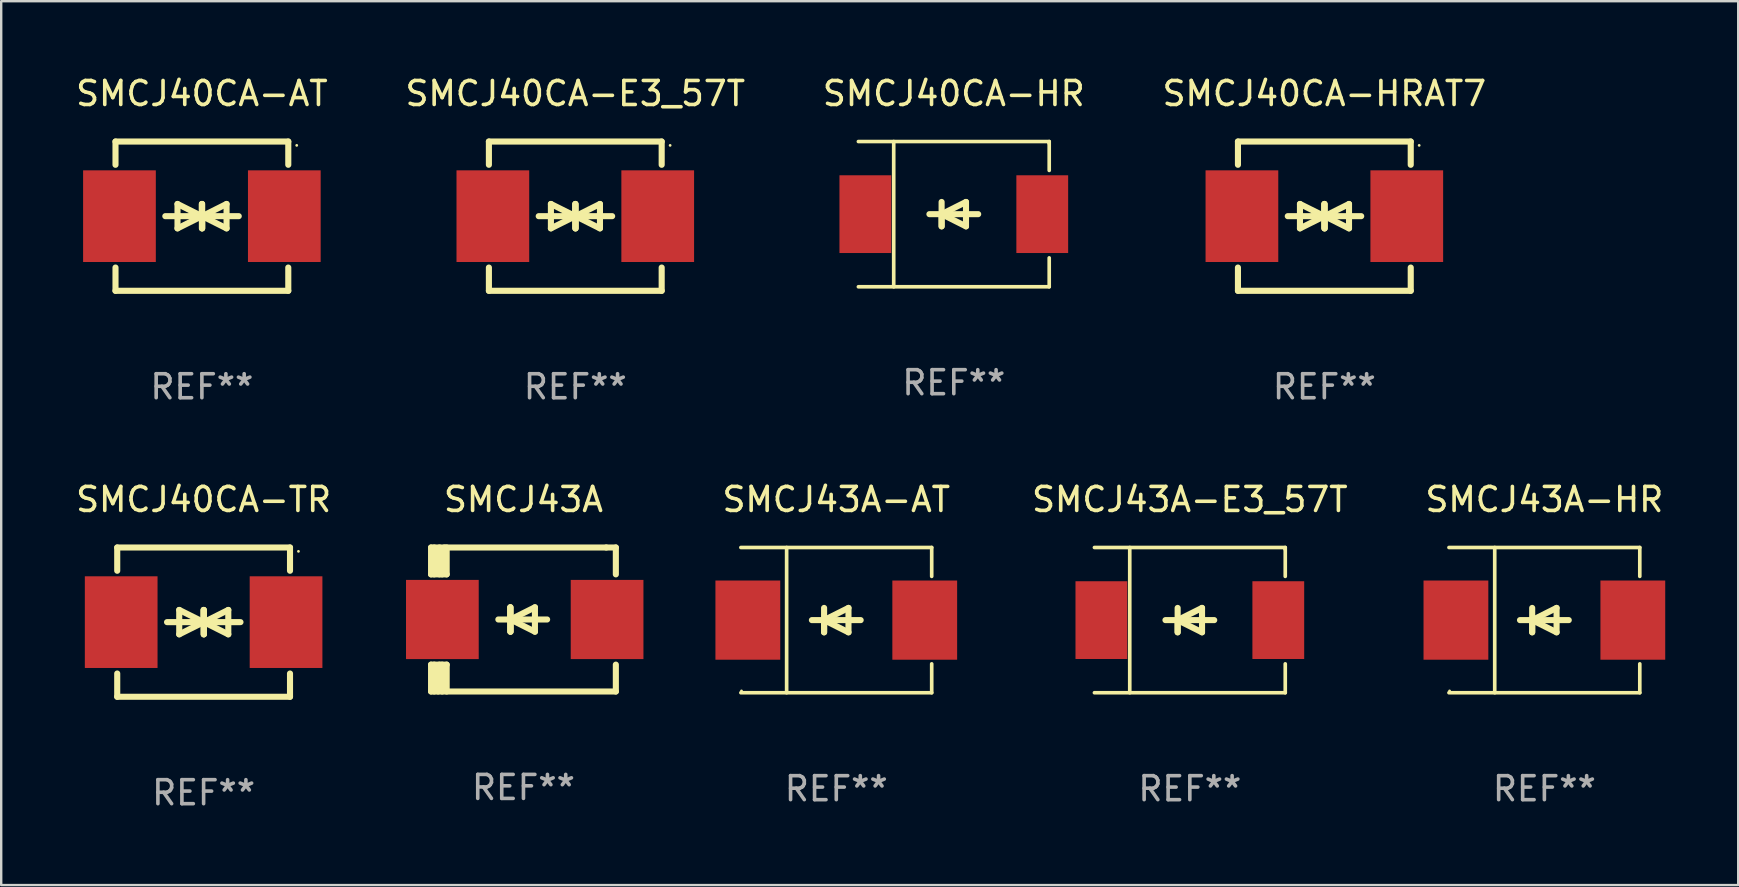
<source format=kicad_pcb>
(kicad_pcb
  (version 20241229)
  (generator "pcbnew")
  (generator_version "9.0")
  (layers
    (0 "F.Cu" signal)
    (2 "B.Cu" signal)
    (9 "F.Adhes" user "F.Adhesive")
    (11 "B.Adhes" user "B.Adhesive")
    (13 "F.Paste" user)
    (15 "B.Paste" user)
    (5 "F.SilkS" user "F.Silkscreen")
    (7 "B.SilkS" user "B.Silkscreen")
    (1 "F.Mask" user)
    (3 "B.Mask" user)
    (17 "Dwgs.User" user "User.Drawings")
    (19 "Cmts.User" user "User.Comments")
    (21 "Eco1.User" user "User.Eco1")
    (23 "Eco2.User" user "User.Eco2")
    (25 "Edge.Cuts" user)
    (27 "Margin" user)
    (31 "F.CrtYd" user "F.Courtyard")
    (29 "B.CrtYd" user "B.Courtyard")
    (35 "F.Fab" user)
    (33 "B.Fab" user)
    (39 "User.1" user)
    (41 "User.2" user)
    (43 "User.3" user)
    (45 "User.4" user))
  (footprint "SMCJ43A-AT"
    (layer "F.Cu")
    (at 31.799 22.791)
    (property "Reference" "SMCJ43A-AT" (at 0 -5.026 0) (layer "F.SilkS") (effects (font (size 1 1) (thickness 0.15))))
    (attr through_hole)
    (fp_line (start -3.976 -3.026) (end 3.976 -3.026) (stroke (width 0.152) (type solid)) (layer "F.SilkS"))
    (fp_line (start -3.976 3.026) (end 3.976 3.026) (stroke (width 0.152) (type solid)) (layer "F.SilkS"))
    (fp_line (start -2.069 -3.026) (end -2.069 3.026) (stroke (width 0.152) (type solid)) (layer "F.SilkS"))
    (fp_line (start -0.508 0) (end -0.508 0.508) (stroke (width 0.254) (type solid)) (layer "F.SilkS"))
    (fp_line (start -0.508 0) (end 0.508 0.508) (stroke (width 0.254) (type solid)) (layer "F.SilkS"))
    (fp_line (start -0.508 0.508) (end -0.508 -0.508) (stroke (width 0.254) (type solid)) (layer "F.SilkS"))
    (fp_line (start 0.508 -0.508) (end -0.508 0) (stroke (width 0.254) (type solid)) (layer "F.SilkS"))
    (fp_line (start 0.508 0.508) (end 0.508 -0.508) (stroke (width 0.254) (type solid)) (layer "F.SilkS"))
    (fp_line (start 1.016 0) (end -1.016 0) (stroke (width 0.254) (type solid)) (layer "F.SilkS"))
    (fp_line (start 3.976 -3.026) (end 3.976 -1.823) (stroke (width 0.152) (type solid)) (layer "F.SilkS"))
    (fp_line (start 3.976 3.026) (end 3.976 1.823) (stroke (width 0.152) (type solid)) (layer "F.SilkS"))
    (fp_circle (center -3.95 2.95) (end -3.92 2.95) (stroke (width 0.06) (type solid)) (fill no) (layer "F.SilkS"))
    (fp_text user "REF**" (at 0 7.026 0) (layer "F.Fab") (effects (font (size 1 1) (thickness 0.15))))
    (pad "1" smd rect (at -3.686 0) (size 2.7 3.3) (layers "F.Cu" "F.Mask" "F.Paste"))
    (pad "2" smd rect (at 3.686 0) (size 2.7 3.3) (layers "F.Cu" "F.Mask" "F.Paste")))
  (footprint "SMCJ43A"
    (layer "F.Cu")
    (at 18.763 22.765)
    (property "Reference" "SMCJ43A" (at 0 -5 0) (layer "F.SilkS") (effects (font (size 1 1) (thickness 0.15))))
    (attr through_hole)
    (fp_line (start -3.85 -1.881) (end -3.85 -3) (stroke (width 0.254) (type solid)) (layer "F.SilkS"))
    (fp_line (start -3.85 1.881) (end -3.2 1.881) (stroke (width 0.254) (type solid)) (layer "F.SilkS"))
    (fp_line (start -3.85 3) (end -3.85 1.881) (stroke (width 0.254) (type solid)) (layer "F.SilkS"))
    (fp_line (start -3.719 -1.881) (end -3.719 -3) (stroke (width 0.254) (type solid)) (layer "F.SilkS"))
    (fp_line (start -3.719 3) (end -3.719 1.881) (stroke (width 0.254) (type solid)) (layer "F.SilkS"))
    (fp_line (start -3.5 -3) (end -3.5 -1.881) (stroke (width 0.254) (type solid)) (layer "F.SilkS"))
    (fp_line (start -3.5 1.881) (end -3.5 2.944) (stroke (width 0.254) (type solid)) (layer "F.SilkS"))
    (fp_line (start -3.5 2.944) (end -3.556 3) (stroke (width 0.254) (type solid)) (layer "F.SilkS"))
    (fp_line (start -3.388 -2.906) (end -3.295 -3) (stroke (width 0.254) (type solid)) (layer "F.SilkS"))
    (fp_line (start -3.388 -1.881) (end -3.388 -2.906) (stroke (width 0.254) (type solid)) (layer "F.SilkS"))
    (fp_line (start -3.388 3) (end -3.388 1.881) (stroke (width 0.254) (type solid)) (layer "F.SilkS"))
    (fp_line (start -3.2 -3) (end -3.2 -1.881) (stroke (width 0.254) (type solid)) (layer "F.SilkS"))
    (fp_line (start -3.2 -1.881) (end -3.85 -1.881) (stroke (width 0.254) (type solid)) (layer "F.SilkS"))
    (fp_line (start -3.2 1.881) (end -3.2 3) (stroke (width 0.254) (type solid)) (layer "F.SilkS"))
    (fp_line (start -0.55 -0.508) (end -0.55 0.508) (stroke (width 0.254) (type solid)) (layer "F.SilkS"))
    (fp_line (start -0.55 0) (end -0.55 -0.508) (stroke (width 0.254) (type solid)) (layer "F.SilkS"))
    (fp_line (start -0.538 0) (end -0.538 0.508) (stroke (width 0.254) (type solid)) (layer "F.SilkS"))
    (fp_line (start -0.538 0) (end 0.478 0.508) (stroke (width 0.254) (type solid)) (layer "F.SilkS"))
    (fp_line (start -0.538 0.508) (end -0.538 -0.508) (stroke (width 0.254) (type solid)) (layer "F.SilkS"))
    (fp_line (start 0.478 -0.508) (end -0.538 0) (stroke (width 0.254) (type solid)) (layer "F.SilkS"))
    (fp_line (start 0.478 0.508) (end 0.478 -0.508) (stroke (width 0.254) (type solid)) (layer "F.SilkS"))
    (fp_line (start 0.986 0) (end -1.046 0) (stroke (width 0.254) (type solid)) (layer "F.SilkS"))
    (fp_line (start 3.45 -3) (end -3.85 -3) (stroke (width 0.254) (type solid)) (layer "F.SilkS"))
    (fp_line (start 3.45 -3) (end 3.85 -3) (stroke (width 0.254) (type solid)) (layer "F.SilkS"))
    (fp_line (start 3.85 -3) (end 3.85 -1.881) (stroke (width 0.254) (type solid)) (layer "F.SilkS"))
    (fp_line (start 3.85 1.881) (end 3.85 3) (stroke (width 0.254) (type solid)) (layer "F.SilkS"))
    (fp_line (start 3.85 3) (end -3.85 3) (stroke (width 0.254) (type solid)) (layer "F.SilkS"))
    (fp_circle (center -3.847 2.95) (end -3.817 2.95) (stroke (width 0.06) (type solid)) (fill no) (layer "F.SilkS"))
    (fp_text user "REF**" (at 0 7 0) (layer "F.Fab") (effects (font (size 1 1) (thickness 0.15))))
    (pad "1" smd rect (at -3.379 0) (size 3.03 3.3) (layers "F.Cu" "F.Mask" "F.Paste"))
    (pad "2" smd rect (at 3.485 0) (size 3.03 3.3) (layers "F.Cu" "F.Mask" "F.Paste")))
  (footprint "SMCJ40CA-HRAT7"
    (layer "F.Cu")
    (at 52.137 5.958)
    (property "Reference" "SMCJ40CA-HRAT7" (at 0 -5.11 0) (layer "F.SilkS") (effects (font (size 1 1) (thickness 0.15))))
    (attr through_hole)
    (fp_line (start -3.6 -2.141) (end -3.6 -3.11) (stroke (width 0.254) (type solid)) (layer "F.SilkS"))
    (fp_line (start -3.6 3.11) (end -3.6 2.141) (stroke (width 0.254) (type solid)) (layer "F.SilkS"))
    (fp_line (start -1.524 0) (end 0.508 0) (stroke (width 0.254) (type solid)) (layer "F.SilkS"))
    (fp_line (start -1.016 -0.508) (end -1.016 0.508) (stroke (width 0.254) (type solid)) (layer "F.SilkS"))
    (fp_line (start -1.016 0.508) (end 0 0) (stroke (width 0.254) (type solid)) (layer "F.SilkS"))
    (fp_line (start 0 -0.508) (end 0 0.508) (stroke (width 0.254) (type solid)) (layer "F.SilkS"))
    (fp_line (start 0 0) (end -1.016 -0.508) (stroke (width 0.254) (type solid)) (layer "F.SilkS"))
    (fp_line (start 0 0) (end 0 -0.508) (stroke (width 0.254) (type solid)) (layer "F.SilkS"))
    (fp_line (start 0.012 0) (end 0.012 0.508) (stroke (width 0.254) (type solid)) (layer "F.SilkS"))
    (fp_line (start 0.012 0) (end 1.028 0.508) (stroke (width 0.254) (type solid)) (layer "F.SilkS"))
    (fp_line (start 0.012 0.508) (end 0.012 -0.508) (stroke (width 0.254) (type solid)) (layer "F.SilkS"))
    (fp_line (start 1.028 -0.508) (end 0.012 0) (stroke (width 0.254) (type solid)) (layer "F.SilkS"))
    (fp_line (start 1.028 0.508) (end 1.028 -0.508) (stroke (width 0.254) (type solid)) (layer "F.SilkS"))
    (fp_line (start 1.536 0) (end -0.496 0) (stroke (width 0.254) (type solid)) (layer "F.SilkS"))
    (fp_line (start 3.6 -3.11) (end -3.6 -3.11) (stroke (width 0.254) (type solid)) (layer "F.SilkS"))
    (fp_line (start 3.6 -2.141) (end 3.6 -3.11) (stroke (width 0.254) (type solid)) (layer "F.SilkS"))
    (fp_line (start 3.6 3.11) (end -3.6 3.11) (stroke (width 0.254) (type solid)) (layer "F.SilkS"))
    (fp_line (start 3.6 3.11) (end 3.6 2.141) (stroke (width 0.254) (type solid)) (layer "F.SilkS"))
    (fp_circle (center 3.952 -2.95) (end 3.982 -2.95) (stroke (width 0.06) (type solid)) (fill no) (layer "F.SilkS"))
    (fp_text user "REF**" (at 0 7.11 0) (layer "F.Fab") (effects (font (size 1 1) (thickness 0.15))))
    (pad "1" smd rect (at 3.435 0) (size 3.03 3.82) (layers "F.Cu" "F.Mask" "F.Paste"))
    (pad "2" smd rect (at -3.435 0) (size 3.03 3.82) (layers "F.Cu" "F.Mask" "F.Paste")))
  (footprint "SMCJ40CA-E3_57T"
    (layer "F.Cu")
    (at 20.923 5.958)
    (property "Reference" "SMCJ40CA-E3_57T" (at 0 -5.11 0) (layer "F.SilkS") (effects (font (size 1 1) (thickness 0.15))))
    (attr through_hole)
    (fp_line (start -3.6 -2.141) (end -3.6 -3.11) (stroke (width 0.254) (type solid)) (layer "F.SilkS"))
    (fp_line (start -3.6 3.11) (end -3.6 2.141) (stroke (width 0.254) (type solid)) (layer "F.SilkS"))
    (fp_line (start -1.524 0) (end 0.508 0) (stroke (width 0.254) (type solid)) (layer "F.SilkS"))
    (fp_line (start -1.016 -0.508) (end -1.016 0.508) (stroke (width 0.254) (type solid)) (layer "F.SilkS"))
    (fp_line (start -1.016 0.508) (end 0 0) (stroke (width 0.254) (type solid)) (layer "F.SilkS"))
    (fp_line (start 0 -0.508) (end 0 0.508) (stroke (width 0.254) (type solid)) (layer "F.SilkS"))
    (fp_line (start 0 0) (end -1.016 -0.508) (stroke (width 0.254) (type solid)) (layer "F.SilkS"))
    (fp_line (start 0 0) (end 0 -0.508) (stroke (width 0.254) (type solid)) (layer "F.SilkS"))
    (fp_line (start 0.012 0) (end 0.012 0.508) (stroke (width 0.254) (type solid)) (layer "F.SilkS"))
    (fp_line (start 0.012 0) (end 1.028 0.508) (stroke (width 0.254) (type solid)) (layer "F.SilkS"))
    (fp_line (start 0.012 0.508) (end 0.012 -0.508) (stroke (width 0.254) (type solid)) (layer "F.SilkS"))
    (fp_line (start 1.028 -0.508) (end 0.012 0) (stroke (width 0.254) (type solid)) (layer "F.SilkS"))
    (fp_line (start 1.028 0.508) (end 1.028 -0.508) (stroke (width 0.254) (type solid)) (layer "F.SilkS"))
    (fp_line (start 1.536 0) (end -0.496 0) (stroke (width 0.254) (type solid)) (layer "F.SilkS"))
    (fp_line (start 3.6 -3.11) (end -3.6 -3.11) (stroke (width 0.254) (type solid)) (layer "F.SilkS"))
    (fp_line (start 3.6 -2.141) (end 3.6 -3.11) (stroke (width 0.254) (type solid)) (layer "F.SilkS"))
    (fp_line (start 3.6 3.11) (end -3.6 3.11) (stroke (width 0.254) (type solid)) (layer "F.SilkS"))
    (fp_line (start 3.6 3.11) (end 3.6 2.141) (stroke (width 0.254) (type solid)) (layer "F.SilkS"))
    (fp_circle (center 3.952 -2.95) (end 3.982 -2.95) (stroke (width 0.06) (type solid)) (fill no) (layer "F.SilkS"))
    (fp_text user "REF**" (at 0 7.11 0) (layer "F.Fab") (effects (font (size 1 1) (thickness 0.15))))
    (pad "1" smd rect (at 3.435 0) (size 3.03 3.82) (layers "F.Cu" "F.Mask" "F.Paste"))
    (pad "2" smd rect (at -3.435 0) (size 3.03 3.82) (layers "F.Cu" "F.Mask" "F.Paste")))
  (footprint "SMCJ40CA-AT"
    (layer "F.Cu")
    (at 5.363 5.958)
    (property "Reference" "SMCJ40CA-AT" (at 0 -5.11 0) (layer "F.SilkS") (effects (font (size 1 1) (thickness 0.15))))
    (attr through_hole)
    (fp_line (start -3.6 -2.141) (end -3.6 -3.11) (stroke (width 0.254) (type solid)) (layer "F.SilkS"))
    (fp_line (start -3.6 3.11) (end -3.6 2.141) (stroke (width 0.254) (type solid)) (layer "F.SilkS"))
    (fp_line (start -1.524 0) (end 0.508 0) (stroke (width 0.254) (type solid)) (layer "F.SilkS"))
    (fp_line (start -1.016 -0.508) (end -1.016 0.508) (stroke (width 0.254) (type solid)) (layer "F.SilkS"))
    (fp_line (start -1.016 0.508) (end 0 0) (stroke (width 0.254) (type solid)) (layer "F.SilkS"))
    (fp_line (start 0 -0.508) (end 0 0.508) (stroke (width 0.254) (type solid)) (layer "F.SilkS"))
    (fp_line (start 0 0) (end -1.016 -0.508) (stroke (width 0.254) (type solid)) (layer "F.SilkS"))
    (fp_line (start 0 0) (end 0 -0.508) (stroke (width 0.254) (type solid)) (layer "F.SilkS"))
    (fp_line (start 0.012 0) (end 0.012 0.508) (stroke (width 0.254) (type solid)) (layer "F.SilkS"))
    (fp_line (start 0.012 0) (end 1.028 0.508) (stroke (width 0.254) (type solid)) (layer "F.SilkS"))
    (fp_line (start 0.012 0.508) (end 0.012 -0.508) (stroke (width 0.254) (type solid)) (layer "F.SilkS"))
    (fp_line (start 1.028 -0.508) (end 0.012 0) (stroke (width 0.254) (type solid)) (layer "F.SilkS"))
    (fp_line (start 1.028 0.508) (end 1.028 -0.508) (stroke (width 0.254) (type solid)) (layer "F.SilkS"))
    (fp_line (start 1.536 0) (end -0.496 0) (stroke (width 0.254) (type solid)) (layer "F.SilkS"))
    (fp_line (start 3.6 -3.11) (end -3.6 -3.11) (stroke (width 0.254) (type solid)) (layer "F.SilkS"))
    (fp_line (start 3.6 -2.141) (end 3.6 -3.11) (stroke (width 0.254) (type solid)) (layer "F.SilkS"))
    (fp_line (start 3.6 3.11) (end -3.6 3.11) (stroke (width 0.254) (type solid)) (layer "F.SilkS"))
    (fp_line (start 3.6 3.11) (end 3.6 2.141) (stroke (width 0.254) (type solid)) (layer "F.SilkS"))
    (fp_circle (center 3.952 -2.95) (end 3.982 -2.95) (stroke (width 0.06) (type solid)) (fill no) (layer "F.SilkS"))
    (fp_text user "REF**" (at 0 7.11 0) (layer "F.Fab") (effects (font (size 1 1) (thickness 0.15))))
    (pad "1" smd rect (at 3.435 0) (size 3.03 3.82) (layers "F.Cu" "F.Mask" "F.Paste"))
    (pad "2" smd rect (at -3.435 0) (size 3.03 3.82) (layers "F.Cu" "F.Mask" "F.Paste")))
  (footprint "SMCJ40CA-HR"
    (layer "F.Cu")
    (at 36.696 5.874)
    (property "Reference" "SMCJ40CA-HR" (at 0 -5.026 0) (layer "F.SilkS") (effects (font (size 1 1) (thickness 0.15))))
    (attr through_hole)
    (fp_line (start -3.976 -3.026) (end 3.976 -3.026) (stroke (width 0.152) (type solid)) (layer "F.SilkS"))
    (fp_line (start -3.976 3.026) (end 3.976 3.026) (stroke (width 0.152) (type solid)) (layer "F.SilkS"))
    (fp_line (start -2.504 -3.026) (end -2.504 3.026) (stroke (width 0.152) (type solid)) (layer "F.SilkS"))
    (fp_line (start -0.508 0) (end -0.508 0.508) (stroke (width 0.254) (type solid)) (layer "F.SilkS"))
    (fp_line (start -0.508 0) (end 0.508 0.508) (stroke (width 0.254) (type solid)) (layer "F.SilkS"))
    (fp_line (start -0.508 0.508) (end -0.508 -0.508) (stroke (width 0.254) (type solid)) (layer "F.SilkS"))
    (fp_line (start 0.508 -0.508) (end -0.508 0) (stroke (width 0.254) (type solid)) (layer "F.SilkS"))
    (fp_line (start 0.508 0.508) (end 0.508 -0.508) (stroke (width 0.254) (type solid)) (layer "F.SilkS"))
    (fp_line (start 1.016 0) (end -1.016 0) (stroke (width 0.254) (type solid)) (layer "F.SilkS"))
    (fp_line (start 3.976 -3.026) (end 3.976 -1.823) (stroke (width 0.152) (type solid)) (layer "F.SilkS"))
    (fp_line (start 3.976 3.026) (end 3.976 1.823) (stroke (width 0.152) (type solid)) (layer "F.SilkS"))
    (fp_circle (center 3.95 -2.95) (end 3.98 -2.95) (stroke (width 0.06) (type solid)) (fill no) (layer "F.SilkS"))
    (fp_text user "REF**" (at 0 7.026 0) (layer "F.Fab") (effects (font (size 1 1) (thickness 0.15))))
    (pad "1" smd rect (at 3.686 0 180) (size 2.158 3.24) (layers "F.Cu" "F.Mask" "F.Paste"))
    (pad "2" smd rect (at -3.686 0 180) (size 2.158 3.24) (layers "F.Cu" "F.Mask" "F.Paste")))
  (footprint "SMCJ43A-E3_57T"
    (layer "F.Cu")
    (at 46.532 22.791)
    (property "Reference" "SMCJ43A-E3_57T" (at 0 -5.026 0) (layer "F.SilkS") (effects (font (size 1 1) (thickness 0.15))))
    (attr through_hole)
    (fp_line (start -3.976 -3.026) (end 3.976 -3.026) (stroke (width 0.152) (type solid)) (layer "F.SilkS"))
    (fp_line (start -3.976 3.026) (end 3.976 3.026) (stroke (width 0.152) (type solid)) (layer "F.SilkS"))
    (fp_line (start -2.504 -3.026) (end -2.504 3.026) (stroke (width 0.152) (type solid)) (layer "F.SilkS"))
    (fp_line (start -0.508 0) (end -0.508 0.508) (stroke (width 0.254) (type solid)) (layer "F.SilkS"))
    (fp_line (start -0.508 0) (end 0.508 0.508) (stroke (width 0.254) (type solid)) (layer "F.SilkS"))
    (fp_line (start -0.508 0.508) (end -0.508 -0.508) (stroke (width 0.254) (type solid)) (layer "F.SilkS"))
    (fp_line (start 0.508 -0.508) (end -0.508 0) (stroke (width 0.254) (type solid)) (layer "F.SilkS"))
    (fp_line (start 0.508 0.508) (end 0.508 -0.508) (stroke (width 0.254) (type solid)) (layer "F.SilkS"))
    (fp_line (start 1.016 0) (end -1.016 0) (stroke (width 0.254) (type solid)) (layer "F.SilkS"))
    (fp_line (start 3.976 -3.026) (end 3.976 -1.823) (stroke (width 0.152) (type solid)) (layer "F.SilkS"))
    (fp_line (start 3.976 3.026) (end 3.976 1.823) (stroke (width 0.152) (type solid)) (layer "F.SilkS"))
    (fp_circle (center 3.95 -2.95) (end 3.98 -2.95) (stroke (width 0.06) (type solid)) (fill no) (layer "F.SilkS"))
    (fp_text user "REF**" (at 0 7.026 0) (layer "F.Fab") (effects (font (size 1 1) (thickness 0.15))))
    (pad "1" smd rect (at 3.686 0 180) (size 2.158 3.24) (layers "F.Cu" "F.Mask" "F.Paste"))
    (pad "2" smd rect (at -3.686 0 180) (size 2.158 3.24) (layers "F.Cu" "F.Mask" "F.Paste")))
  (footprint "SMCJ43A-HR"
    (layer "F.Cu")
    (at 61.306 22.791)
    (property "Reference" "SMCJ43A-HR" (at 0 -5.026 0) (layer "F.SilkS") (effects (font (size 1 1) (thickness 0.15))))
    (attr through_hole)
    (fp_line (start -3.976 -3.026) (end 3.976 -3.026) (stroke (width 0.152) (type solid)) (layer "F.SilkS"))
    (fp_line (start -3.976 3.026) (end 3.976 3.026) (stroke (width 0.152) (type solid)) (layer "F.SilkS"))
    (fp_line (start -2.069 -3.026) (end -2.069 3.026) (stroke (width 0.152) (type solid)) (layer "F.SilkS"))
    (fp_line (start -0.508 0) (end -0.508 0.508) (stroke (width 0.254) (type solid)) (layer "F.SilkS"))
    (fp_line (start -0.508 0) (end 0.508 0.508) (stroke (width 0.254) (type solid)) (layer "F.SilkS"))
    (fp_line (start -0.508 0.508) (end -0.508 -0.508) (stroke (width 0.254) (type solid)) (layer "F.SilkS"))
    (fp_line (start 0.508 -0.508) (end -0.508 0) (stroke (width 0.254) (type solid)) (layer "F.SilkS"))
    (fp_line (start 0.508 0.508) (end 0.508 -0.508) (stroke (width 0.254) (type solid)) (layer "F.SilkS"))
    (fp_line (start 1.016 0) (end -1.016 0) (stroke (width 0.254) (type solid)) (layer "F.SilkS"))
    (fp_line (start 3.976 -3.026) (end 3.976 -1.823) (stroke (width 0.152) (type solid)) (layer "F.SilkS"))
    (fp_line (start 3.976 3.026) (end 3.976 1.823) (stroke (width 0.152) (type solid)) (layer "F.SilkS"))
    (fp_circle (center -3.95 2.95) (end -3.92 2.95) (stroke (width 0.06) (type solid)) (fill no) (layer "F.SilkS"))
    (fp_text user "REF**" (at 0 7.026 0) (layer "F.Fab") (effects (font (size 1 1) (thickness 0.15))))
    (pad "1" smd rect (at -3.686 0) (size 2.7 3.3) (layers "F.Cu" "F.Mask" "F.Paste"))
    (pad "2" smd rect (at 3.686 0) (size 2.7 3.3) (layers "F.Cu" "F.Mask" "F.Paste")))
  (footprint "SMCJ40CA-TR"
    (layer "F.Cu")
    (at 5.435 22.875)
    (property "Reference" "SMCJ40CA-TR" (at 0 -5.11 0) (layer "F.SilkS") (effects (font (size 1 1) (thickness 0.15))))
    (attr through_hole)
    (fp_line (start -3.6 -2.141) (end -3.6 -3.11) (stroke (width 0.254) (type solid)) (layer "F.SilkS"))
    (fp_line (start -3.6 3.11) (end -3.6 2.141) (stroke (width 0.254) (type solid)) (layer "F.SilkS"))
    (fp_line (start -1.524 0) (end 0.508 0) (stroke (width 0.254) (type solid)) (layer "F.SilkS"))
    (fp_line (start -1.016 -0.508) (end -1.016 0.508) (stroke (width 0.254) (type solid)) (layer "F.SilkS"))
    (fp_line (start -1.016 0.508) (end 0 0) (stroke (width 0.254) (type solid)) (layer "F.SilkS"))
    (fp_line (start 0 -0.508) (end 0 0.508) (stroke (width 0.254) (type solid)) (layer "F.SilkS"))
    (fp_line (start 0 0) (end -1.016 -0.508) (stroke (width 0.254) (type solid)) (layer "F.SilkS"))
    (fp_line (start 0 0) (end 0 -0.508) (stroke (width 0.254) (type solid)) (layer "F.SilkS"))
    (fp_line (start 0.012 0) (end 0.012 0.508) (stroke (width 0.254) (type solid)) (layer "F.SilkS"))
    (fp_line (start 0.012 0) (end 1.028 0.508) (stroke (width 0.254) (type solid)) (layer "F.SilkS"))
    (fp_line (start 0.012 0.508) (end 0.012 -0.508) (stroke (width 0.254) (type solid)) (layer "F.SilkS"))
    (fp_line (start 1.028 -0.508) (end 0.012 0) (stroke (width 0.254) (type solid)) (layer "F.SilkS"))
    (fp_line (start 1.028 0.508) (end 1.028 -0.508) (stroke (width 0.254) (type solid)) (layer "F.SilkS"))
    (fp_line (start 1.536 0) (end -0.496 0) (stroke (width 0.254) (type solid)) (layer "F.SilkS"))
    (fp_line (start 3.6 -3.11) (end -3.6 -3.11) (stroke (width 0.254) (type solid)) (layer "F.SilkS"))
    (fp_line (start 3.6 -2.141) (end 3.6 -3.11) (stroke (width 0.254) (type solid)) (layer "F.SilkS"))
    (fp_line (start 3.6 3.11) (end -3.6 3.11) (stroke (width 0.254) (type solid)) (layer "F.SilkS"))
    (fp_line (start 3.6 3.11) (end 3.6 2.141) (stroke (width 0.254) (type solid)) (layer "F.SilkS"))
    (fp_circle (center 3.952 -2.95) (end 3.982 -2.95) (stroke (width 0.06) (type solid)) (fill no) (layer "F.SilkS"))
    (fp_text user "REF**" (at 0 7.11 0) (layer "F.Fab") (effects (font (size 1 1) (thickness 0.15))))
    (pad "1" smd rect (at 3.435 0) (size 3.03 3.82) (layers "F.Cu" "F.Mask" "F.Paste"))
    (pad "2" smd rect (at -3.435 0) (size 3.03 3.82) (layers "F.Cu" "F.Mask" "F.Paste")))
  (gr_rect
    (start -3 -3)
    (end 69.383 33.833)
    (stroke (width 0.1) (type default))
    (fill no)
    (layer "Edge.Cuts")))
</source>
